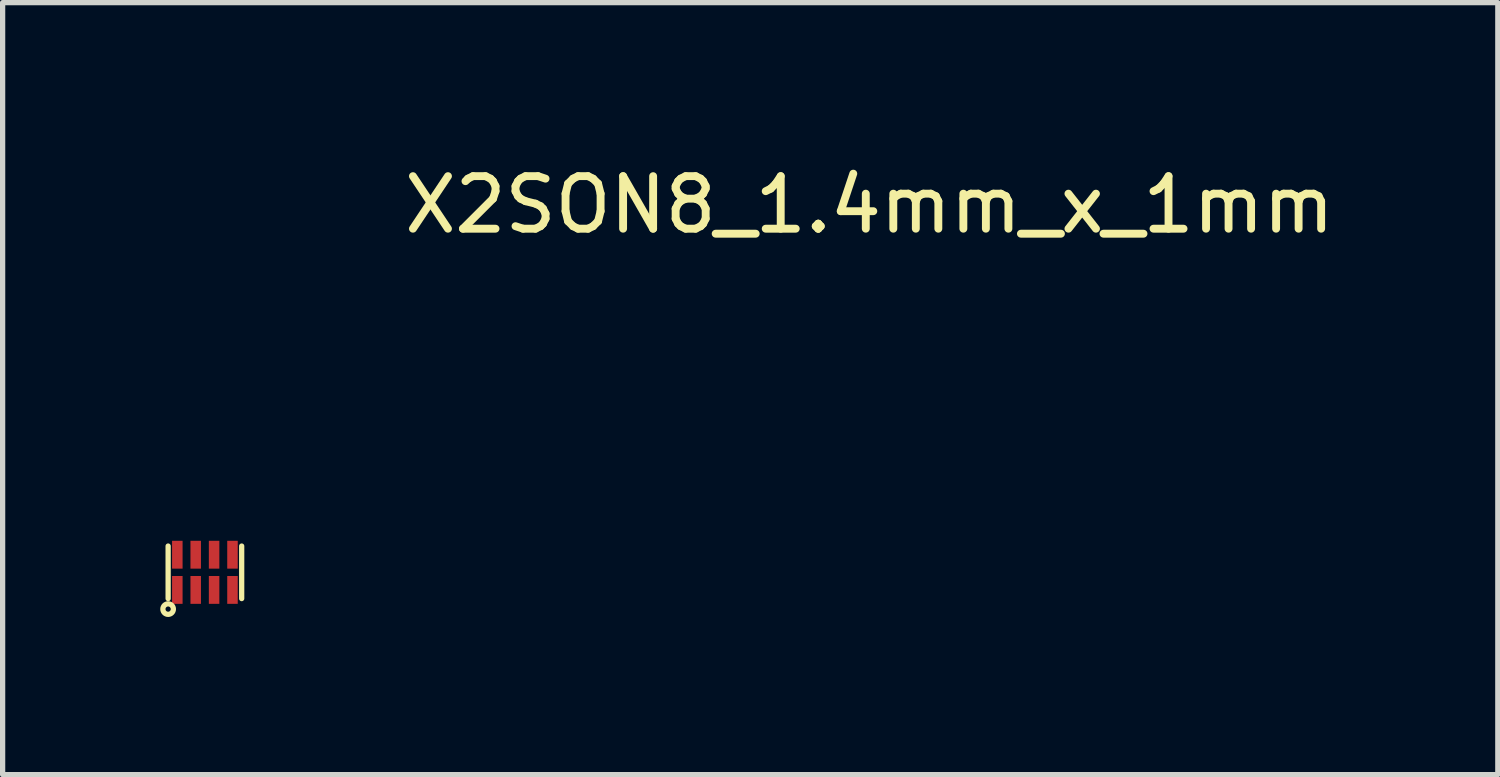
<source format=kicad_pcb>
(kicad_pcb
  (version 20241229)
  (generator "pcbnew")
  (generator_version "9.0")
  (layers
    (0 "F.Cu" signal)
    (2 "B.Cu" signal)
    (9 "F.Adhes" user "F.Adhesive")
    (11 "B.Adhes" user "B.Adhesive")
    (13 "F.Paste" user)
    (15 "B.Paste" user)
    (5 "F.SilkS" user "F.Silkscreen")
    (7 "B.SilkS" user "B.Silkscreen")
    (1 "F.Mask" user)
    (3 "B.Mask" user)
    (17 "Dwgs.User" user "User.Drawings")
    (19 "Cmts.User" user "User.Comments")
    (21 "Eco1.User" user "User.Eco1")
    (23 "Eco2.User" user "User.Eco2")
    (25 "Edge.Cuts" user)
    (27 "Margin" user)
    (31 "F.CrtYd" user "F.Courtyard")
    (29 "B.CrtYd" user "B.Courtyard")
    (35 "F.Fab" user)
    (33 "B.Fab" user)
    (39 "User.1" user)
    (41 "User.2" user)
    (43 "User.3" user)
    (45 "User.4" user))
  (footprint "X2SON8_1.4mm_x_1mm"
    (layer "F.Cu")
    (at 0.85 7.843)
    (property "Reference" "X2SON8_1.4mm_x_1mm" (at 12.65 -6.995 0) (layer "F.SilkS") (effects (font (size 1 1) (thickness 0.15))))
    (attr through_hole)
    (fp_line (start -0.7 -0.5) (end -0.7 0.5) (stroke (width 0.1) (type solid)) (layer "F.SilkS"))
    (fp_line (start 0.7 -0.5) (end 0.7 0.5) (stroke (width 0.1) (type solid)) (layer "F.SilkS"))
    (fp_circle (center -0.7 0.7) (end -0.6 0.7) (stroke (width 0.1) (type solid)) (fill no) (layer "F.SilkS"))
    (pad "" smd rect (at -0.525 -0.335) (size 0.165 0.53) (layers "F.Paste"))
    (pad "" smd rect (at -0.525 0.335) (size 0.165 0.53) (layers "F.Paste"))
    (pad "" smd rect (at -0.175 -0.335) (size 0.165 0.53) (layers "F.Paste"))
    (pad "" smd rect (at -0.175 0.335) (size 0.165 0.53) (layers "F.Paste"))
    (pad "" smd rect (at 0.175 -0.335) (size 0.165 0.53) (layers "F.Paste"))
    (pad "" smd rect (at 0.175 0.335) (size 0.165 0.53) (layers "F.Paste"))
    (pad "" smd rect (at 0.525 -0.335) (size 0.165 0.53) (layers "F.Paste"))
    (pad "" smd rect (at 0.525 0.335) (size 0.165 0.53) (layers "F.Paste"))
    (pad "1" smd rect (at -0.525 0.335) (size 0.2 0.53) (layers "F.Cu" "F.Mask"))
    (pad "2" smd rect (at -0.175 0.335) (size 0.2 0.53) (layers "F.Cu" "F.Mask"))
    (pad "3" smd rect (at 0.175 0.335) (size 0.2 0.53) (layers "F.Cu" "F.Mask"))
    (pad "4" smd rect (at 0.525 0.335) (size 0.2 0.53) (layers "F.Cu" "F.Mask"))
    (pad "5" smd rect (at 0.525 -0.335) (size 0.2 0.53) (layers "F.Cu" "F.Mask"))
    (pad "6" smd rect (at 0.175 -0.335) (size 0.2 0.53) (layers "F.Cu" "F.Mask"))
    (pad "7" smd rect (at -0.175 -0.335) (size 0.2 0.53) (layers "F.Cu" "F.Mask"))
    (pad "8" smd rect (at -0.525 -0.335) (size 0.2 0.53) (layers "F.Cu" "F.Mask")))
  (gr_rect
    (start -3 -3)
    (end 25.458 11.693)
    (stroke (width 0.1) (type default))
    (fill no)
    (layer "Edge.Cuts")))
</source>
